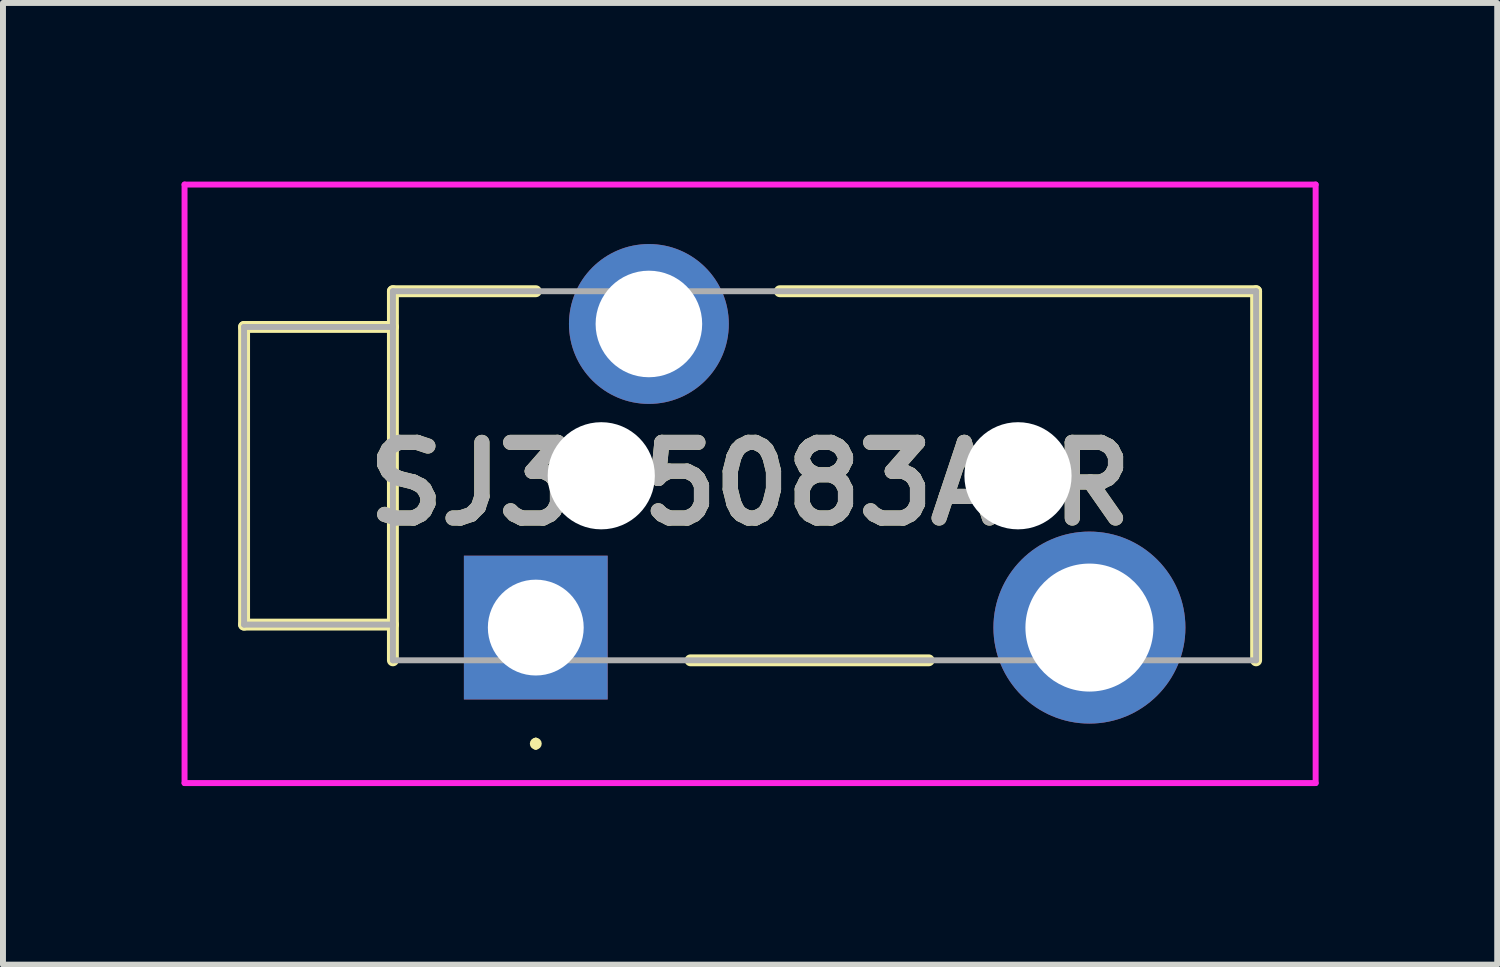
<source format=kicad_pcb>
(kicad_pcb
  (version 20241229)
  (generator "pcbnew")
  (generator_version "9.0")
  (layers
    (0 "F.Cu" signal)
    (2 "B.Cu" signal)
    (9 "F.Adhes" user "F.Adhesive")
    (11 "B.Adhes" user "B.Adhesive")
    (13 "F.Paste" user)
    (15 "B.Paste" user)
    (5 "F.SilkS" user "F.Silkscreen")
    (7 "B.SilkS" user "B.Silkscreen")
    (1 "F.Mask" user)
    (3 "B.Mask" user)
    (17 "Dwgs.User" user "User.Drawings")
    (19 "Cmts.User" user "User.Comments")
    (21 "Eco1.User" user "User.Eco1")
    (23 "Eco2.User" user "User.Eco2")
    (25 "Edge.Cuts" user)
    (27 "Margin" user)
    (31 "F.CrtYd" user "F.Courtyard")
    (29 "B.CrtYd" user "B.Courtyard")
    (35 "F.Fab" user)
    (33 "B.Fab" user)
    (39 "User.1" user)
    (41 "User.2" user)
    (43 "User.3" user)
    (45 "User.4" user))
  (footprint "SJ335083ATR"
    (layer "F.Cu")
    (at 5.95 7.492)
    (property "Reference" "SJ335083ATR" (at 3.6 -2.415 0) (layer "F.SilkS") (effects (font (size 1.27 1.27) (thickness 0.254))))
    (attr through_hole)
    (fp_line (start -4.9 -5.05) (end -4.9 -0.05) (stroke (width 0.2) (type solid)) (layer "F.SilkS"))
    (fp_line (start -4.9 -0.05) (end -2.4 -0.05) (stroke (width 0.2) (type solid)) (layer "F.SilkS"))
    (fp_line (start -2.4 -5.65) (end -2.4 0.55) (stroke (width 0.2) (type solid)) (layer "F.SilkS"))
    (fp_line (start -2.4 -5.05) (end -4.9 -5.05) (stroke (width 0.2) (type solid)) (layer "F.SilkS"))
    (fp_line (start 0 -5.65) (end -2.4 -5.65) (stroke (width 0.2) (type solid)) (layer "F.SilkS"))
    (fp_line (start 0 1.9) (end 0 1.9) (stroke (width 0.1) (type solid)) (layer "F.SilkS"))
    (fp_line (start 0 2) (end 0 2) (stroke (width 0.1) (type solid)) (layer "F.SilkS"))
    (fp_line (start 2.6 0.55) (end 6.6 0.55) (stroke (width 0.2) (type solid)) (layer "F.SilkS"))
    (fp_line (start 4.1 -5.65) (end 12.1 -5.65) (stroke (width 0.2) (type solid)) (layer "F.SilkS"))
    (fp_line (start 12.1 -5.65) (end 12.1 0.55) (stroke (width 0.2) (type solid)) (layer "F.SilkS"))
    (fp_arc (start 0 1.9) (mid 0.05 1.95) (end 0 2) (stroke (width 0.1) (type solid)) (layer "F.SilkS"))
    (fp_arc (start 0 2) (mid -0.05 1.95) (end 0 1.9) (stroke (width 0.1) (type solid)) (layer "F.SilkS"))
    (fp_line (start -5.9 -7.442) (end 13.1 -7.442) (stroke (width 0.1) (type solid)) (layer "F.CrtYd"))
    (fp_line (start -5.9 2.612) (end -5.9 -7.442) (stroke (width 0.1) (type solid)) (layer "F.CrtYd"))
    (fp_line (start 13.1 -7.442) (end 13.1 2.612) (stroke (width 0.1) (type solid)) (layer "F.CrtYd"))
    (fp_line (start 13.1 2.612) (end -5.9 2.612) (stroke (width 0.1) (type solid)) (layer "F.CrtYd"))
    (fp_line (start -4.9 -5.05) (end -4.9 -0.05) (stroke (width 0.1) (type solid)) (layer "F.Fab"))
    (fp_line (start -4.9 -0.05) (end -2.4 -0.05) (stroke (width 0.1) (type solid)) (layer "F.Fab"))
    (fp_line (start -2.4 -5.65) (end 12.1 -5.65) (stroke (width 0.1) (type solid)) (layer "F.Fab"))
    (fp_line (start -2.4 -5.05) (end -4.9 -5.05) (stroke (width 0.1) (type solid)) (layer "F.Fab"))
    (fp_line (start -2.4 0.55) (end -2.4 -5.65) (stroke (width 0.1) (type solid)) (layer "F.Fab"))
    (fp_line (start 12.1 -5.65) (end 12.1 0.55) (stroke (width 0.1) (type solid)) (layer "F.Fab"))
    (fp_line (start 12.1 0.55) (end -2.4 0.55) (stroke (width 0.1) (type solid)) (layer "F.Fab"))
    (fp_text user "${REFERENCE}" (at 3.6 -2.415 0) (layer "F.Fab") (effects (font (size 1.27 1.27) (thickness 0.254))))
    (pad "" np_thru_hole circle (at 1.1 -2.55) (size 1.8 1.8) (drill 1.8) (layers "*.Cu" "*.Mask"))
    (pad "" np_thru_hole circle (at 8.1 -2.55) (size 1.8 1.8) (drill 1.8) (layers "*.Cu" "*.Mask"))
    (pad "1" thru_hole rect (at 0 0) (size 2.415 2.415) (drill 1.61) (layers "*.Cu" "*.Mask"))
    (pad "2" thru_hole circle (at 9.3 0) (size 3.225 3.225) (drill 2.15) (layers "*.Cu" "*.Mask"))
    (pad "5" thru_hole circle (at 1.9 -5.1) (size 2.685 2.685) (drill 1.79) (layers "*.Cu" "*.Mask")))
  (gr_rect
    (start -3 -3)
    (end 22.1 13.154)
    (stroke (width 0.1) (type default))
    (fill no)
    (layer "Edge.Cuts")))
</source>
